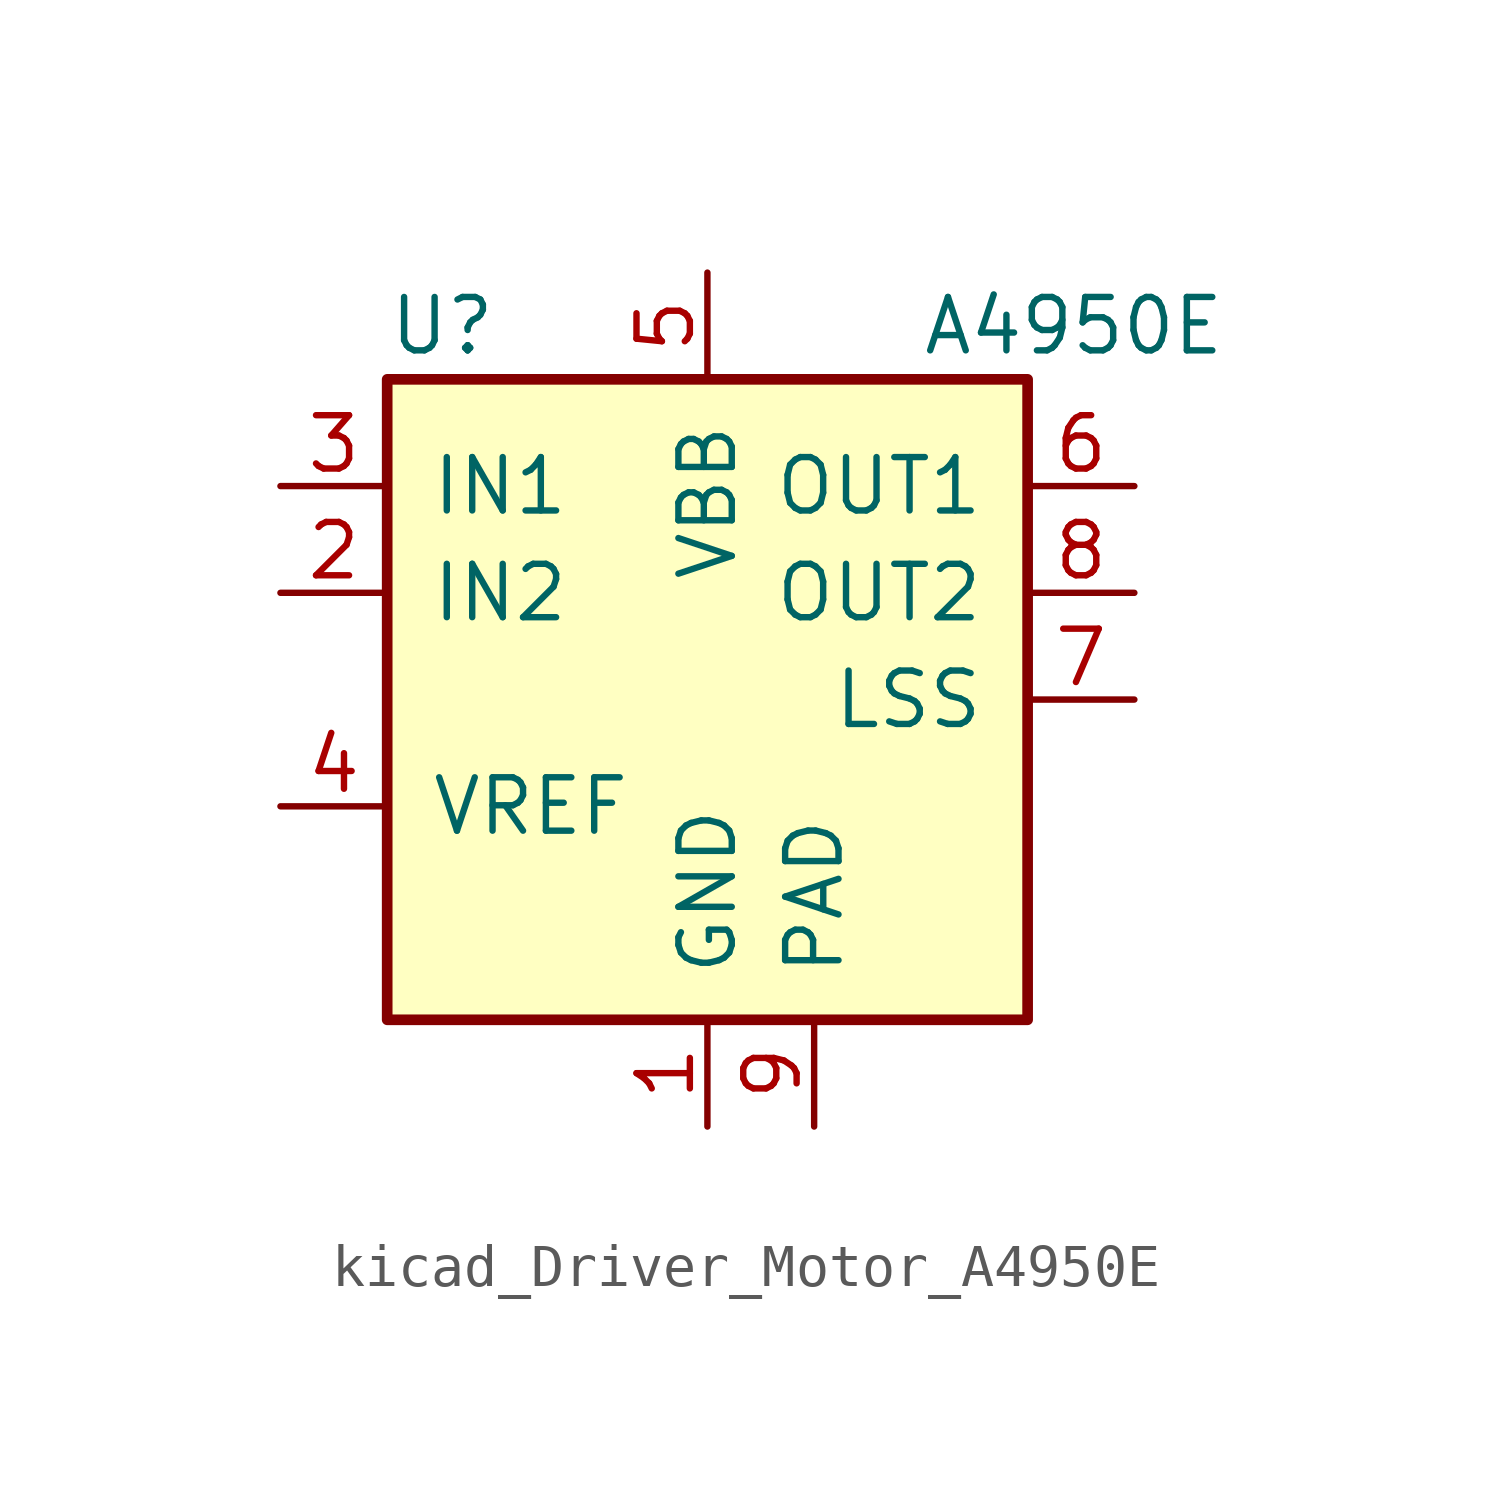
<source format=kicad_sym>
(kicad_symbol_lib
  (version 20220914)
  (generator kicad_symbol_editor)
  (symbol "kicad_Driver_Motor_A4950E"
    (pin_names
      (offset 1.016))
    (property "Reference" "U"
      (at -7.62 8.89 0)
      (effects (font (size 1.27 1.27)) (justify left)))
    (property "Value" "A4950E"
      (at 5.08 8.89 0)
      (effects (font (size 1.27 1.27)) (justify left)))
    (symbol "kicad_Driver_Motor_A4950E_0_1"
      (rectangle (start -7.62 7.62) (end 7.62 -7.62) (stroke (width 0.254) (type default)) (fill (type background))))
    (symbol "kicad_Driver_Motor_A4950E_1_1"
      (pin power_in line (at 0 -10.16 90) (length 2.54) (name "GND" (effects (font (size 1.27 1.27)))) (number "1" (effects (font (size 1.27 1.27)))))
      (pin input line (at -10.16 2.54 0) (length 2.54) (name "IN2" (effects (font (size 1.27 1.27)))) (number "2" (effects (font (size 1.27 1.27)))))
      (pin input line (at -10.16 5.08 0) (length 2.54) (name "IN1" (effects (font (size 1.27 1.27)))) (number "3" (effects (font (size 1.27 1.27)))))
      (pin passive line (at -10.16 -2.54 0) (length 2.54) (name "VREF" (effects (font (size 1.27 1.27)))) (number "4" (effects (font (size 1.27 1.27)))))
      (pin power_in line (at 0 10.16 270) (length 2.54) (name "VBB" (effects (font (size 1.27 1.27)))) (number "5" (effects (font (size 1.27 1.27)))))
      (pin power_out line (at 10.16 5.08 180) (length 2.54) (name "OUT1" (effects (font (size 1.27 1.27)))) (number "6" (effects (font (size 1.27 1.27)))))
      (pin power_in line (at 10.16 0 180) (length 2.54) (name "LSS" (effects (font (size 1.27 1.27)))) (number "7" (effects (font (size 1.27 1.27)))))
      (pin power_out line (at 10.16 2.54 180) (length 2.54) (name "OUT2" (effects (font (size 1.27 1.27)))) (number "8" (effects (font (size 1.27 1.27)))))
      (pin power_in line (at 2.54 -10.16 90) (length 2.54) (name "PAD" (effects (font (size 1.27 1.27)))) (number "9" (effects (font (size 1.27 1.27))))))))
</source>
